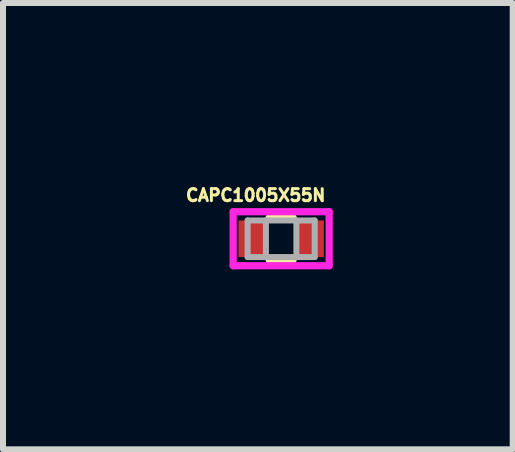
<source format=kicad_pcb>
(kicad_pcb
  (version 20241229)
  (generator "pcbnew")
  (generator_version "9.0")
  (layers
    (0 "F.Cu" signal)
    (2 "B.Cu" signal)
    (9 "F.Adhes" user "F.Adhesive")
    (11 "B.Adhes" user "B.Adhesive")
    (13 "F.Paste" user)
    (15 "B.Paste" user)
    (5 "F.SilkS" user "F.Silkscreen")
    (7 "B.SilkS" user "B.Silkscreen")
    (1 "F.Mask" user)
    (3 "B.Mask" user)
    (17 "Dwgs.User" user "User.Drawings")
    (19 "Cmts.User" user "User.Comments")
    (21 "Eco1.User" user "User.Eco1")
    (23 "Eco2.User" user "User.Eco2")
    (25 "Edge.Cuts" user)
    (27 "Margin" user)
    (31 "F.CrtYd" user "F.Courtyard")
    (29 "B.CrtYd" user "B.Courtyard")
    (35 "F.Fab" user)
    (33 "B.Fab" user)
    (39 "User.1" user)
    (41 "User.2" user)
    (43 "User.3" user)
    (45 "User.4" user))
  (footprint "CAPC1005X55N"
    (layer "F.Cu")
    (at 1.637 0.93)
    (property "Reference" "CAPC1005X55N" (at -0.425 -0.725 0) (layer "F.SilkS") (effects (font (size 0.2 0.2) (thickness 0.05))))
    (attr through_hole)
    (fp_line (start -0.2 -0.35) (end 0.2 -0.35) (stroke (width 0.12) (type solid)) (layer "F.SilkS"))
    (fp_line (start -0.2 0.35) (end 0.2 0.35) (stroke (width 0.12) (type solid)) (layer "F.SilkS"))
    (fp_line (start -0.8 -0.45) (end -0.8 0.45) (stroke (width 0.12) (type solid)) (layer "F.CrtYd"))
    (fp_line (start -0.8 0.45) (end 0.8 0.45) (stroke (width 0.12) (type solid)) (layer "F.CrtYd"))
    (fp_line (start 0.8 -0.45) (end -0.8 -0.45) (stroke (width 0.12) (type solid)) (layer "F.CrtYd"))
    (fp_line (start 0.8 0.45) (end 0.8 -0.45) (stroke (width 0.12) (type solid)) (layer "F.CrtYd"))
    (fp_line (start -0.559 -0.305) (end -0.559 0.305) (stroke (width 0.1) (type solid)) (layer "F.Fab"))
    (fp_line (start -0.559 0.305) (end -0.254 0.305) (stroke (width 0.1) (type solid)) (layer "F.Fab"))
    (fp_line (start -0.254 -0.305) (end -0.559 -0.305) (stroke (width 0.1) (type solid)) (layer "F.Fab"))
    (fp_line (start -0.254 0.305) (end -0.254 -0.305) (stroke (width 0.1) (type solid)) (layer "F.Fab"))
    (fp_line (start -0.254 0.305) (end 0.254 0.305) (stroke (width 0.1) (type solid)) (layer "F.Fab"))
    (fp_line (start 0.254 -0.305) (end -0.254 -0.305) (stroke (width 0.1) (type solid)) (layer "F.Fab"))
    (fp_line (start 0.254 -0.305) (end 0.254 0.305) (stroke (width 0.1) (type solid)) (layer "F.Fab"))
    (fp_line (start 0.254 0.305) (end 0.559 0.305) (stroke (width 0.1) (type solid)) (layer "F.Fab"))
    (fp_line (start 0.559 -0.305) (end 0.254 -0.305) (stroke (width 0.1) (type solid)) (layer "F.Fab"))
    (fp_line (start 0.559 0.305) (end 0.559 -0.305) (stroke (width 0.1) (type solid)) (layer "F.Fab"))
    (pad "1" smd rect (at -0.483 0) (size 0.457 0.61) (layers "F.Cu" "F.Mask" "F.Paste"))
    (pad "2" smd rect (at 0.483 0) (size 0.457 0.61) (layers "F.Cu" "F.Mask" "F.Paste")))
  (gr_rect
    (start -3 -3)
    (end 5.497 4.44)
    (stroke (width 0.1) (type default))
    (fill no)
    (layer "Edge.Cuts")))
</source>
